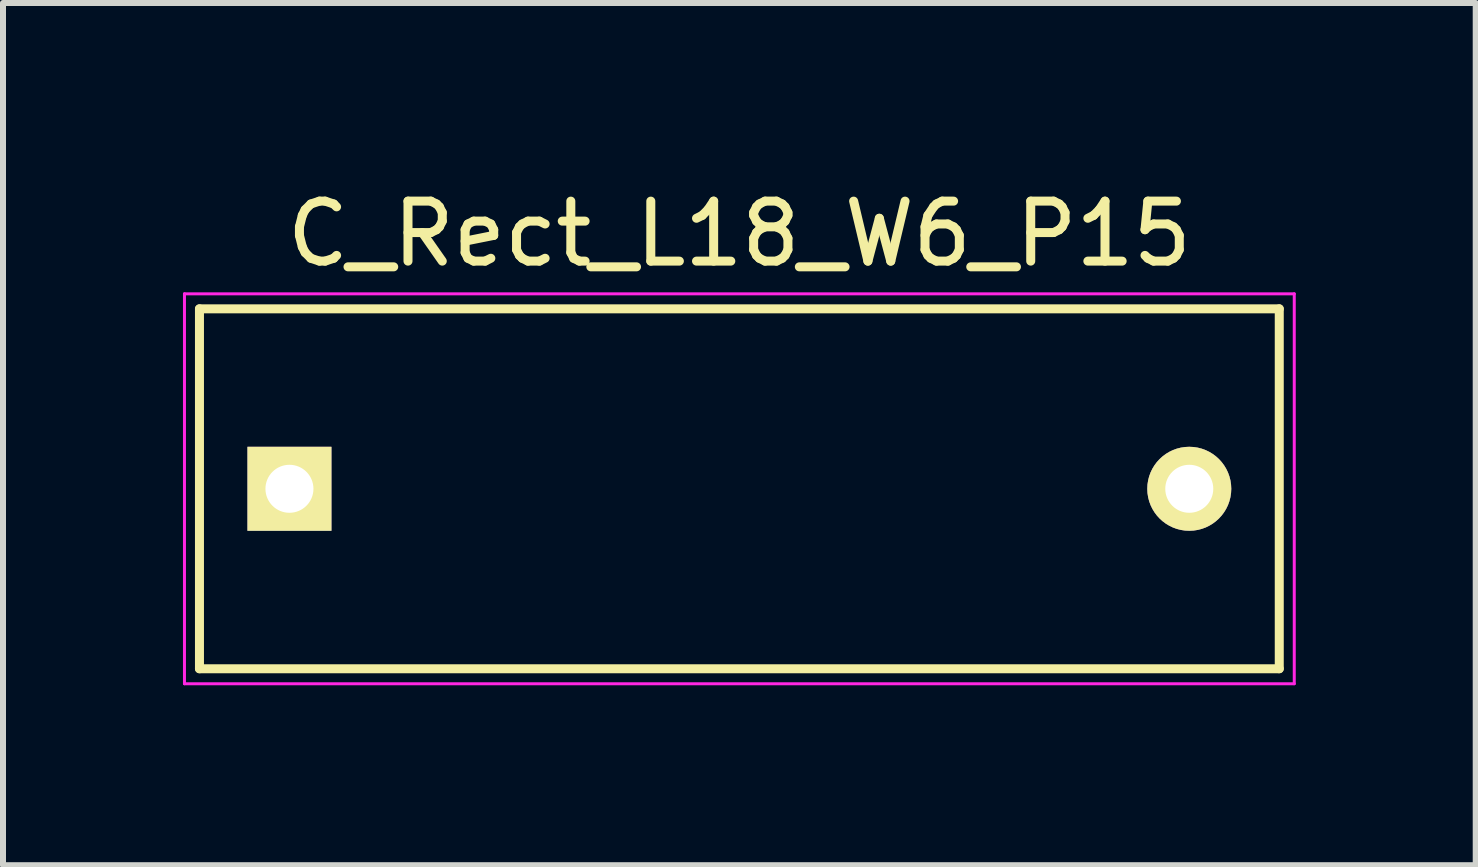
<source format=kicad_pcb>
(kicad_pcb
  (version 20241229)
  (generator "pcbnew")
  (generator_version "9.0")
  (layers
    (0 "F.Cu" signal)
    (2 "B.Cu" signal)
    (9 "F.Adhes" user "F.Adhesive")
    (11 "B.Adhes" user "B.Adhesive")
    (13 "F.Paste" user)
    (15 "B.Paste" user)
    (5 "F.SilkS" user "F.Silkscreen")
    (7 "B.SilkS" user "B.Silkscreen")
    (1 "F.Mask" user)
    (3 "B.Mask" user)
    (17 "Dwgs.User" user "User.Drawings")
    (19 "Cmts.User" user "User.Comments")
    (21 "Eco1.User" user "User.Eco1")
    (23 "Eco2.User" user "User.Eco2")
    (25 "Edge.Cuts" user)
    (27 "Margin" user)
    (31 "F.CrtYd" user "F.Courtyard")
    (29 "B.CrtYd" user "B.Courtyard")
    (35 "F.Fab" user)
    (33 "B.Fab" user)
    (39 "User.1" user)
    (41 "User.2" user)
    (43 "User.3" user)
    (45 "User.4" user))
  (footprint "C_Rect_L18_W6_P15"
    (layer "F.Cu")
    (at 1.775 5.098)
    (property "Reference" "C_Rect_L18_W6_P15" (at 7.5 -4.25 0) (layer "F.SilkS") (effects (font (size 1 1) (thickness 0.15))))
    (attr through_hole)
    (fp_line (start -1.5 -3) (end 16.5 -3) (stroke (width 0.15) (type solid)) (layer "F.SilkS"))
    (fp_line (start -1.5 3) (end -1.5 -3) (stroke (width 0.15) (type solid)) (layer "F.SilkS"))
    (fp_line (start 16.5 -3) (end 16.5 3) (stroke (width 0.15) (type solid)) (layer "F.SilkS"))
    (fp_line (start 16.5 3) (end -1.5 3) (stroke (width 0.15) (type solid)) (layer "F.SilkS"))
    (fp_line (start -1.75 -3.25) (end 16.75 -3.25) (stroke (width 0.05) (type solid)) (layer "F.CrtYd"))
    (fp_line (start -1.75 3.25) (end -1.75 -3.25) (stroke (width 0.05) (type solid)) (layer "F.CrtYd"))
    (fp_line (start 16.75 -3.25) (end 16.75 3.25) (stroke (width 0.05) (type solid)) (layer "F.CrtYd"))
    (fp_line (start 16.75 3.25) (end -1.75 3.25) (stroke (width 0.05) (type solid)) (layer "F.CrtYd"))
    (pad "1" thru_hole rect (at 0 0) (size 1.4 1.4) (drill 0.8) (layers "*.Cu" "*.Mask" "F.SilkS"))
    (pad "2" thru_hole circle (at 15 0) (size 1.4 1.4) (drill 0.8) (layers "*.Cu" "*.Mask" "F.SilkS")))
  (gr_rect
    (start -3 -3)
    (end 21.55 11.373)
    (stroke (width 0.1) (type default))
    (fill no)
    (layer "Edge.Cuts")))
</source>
